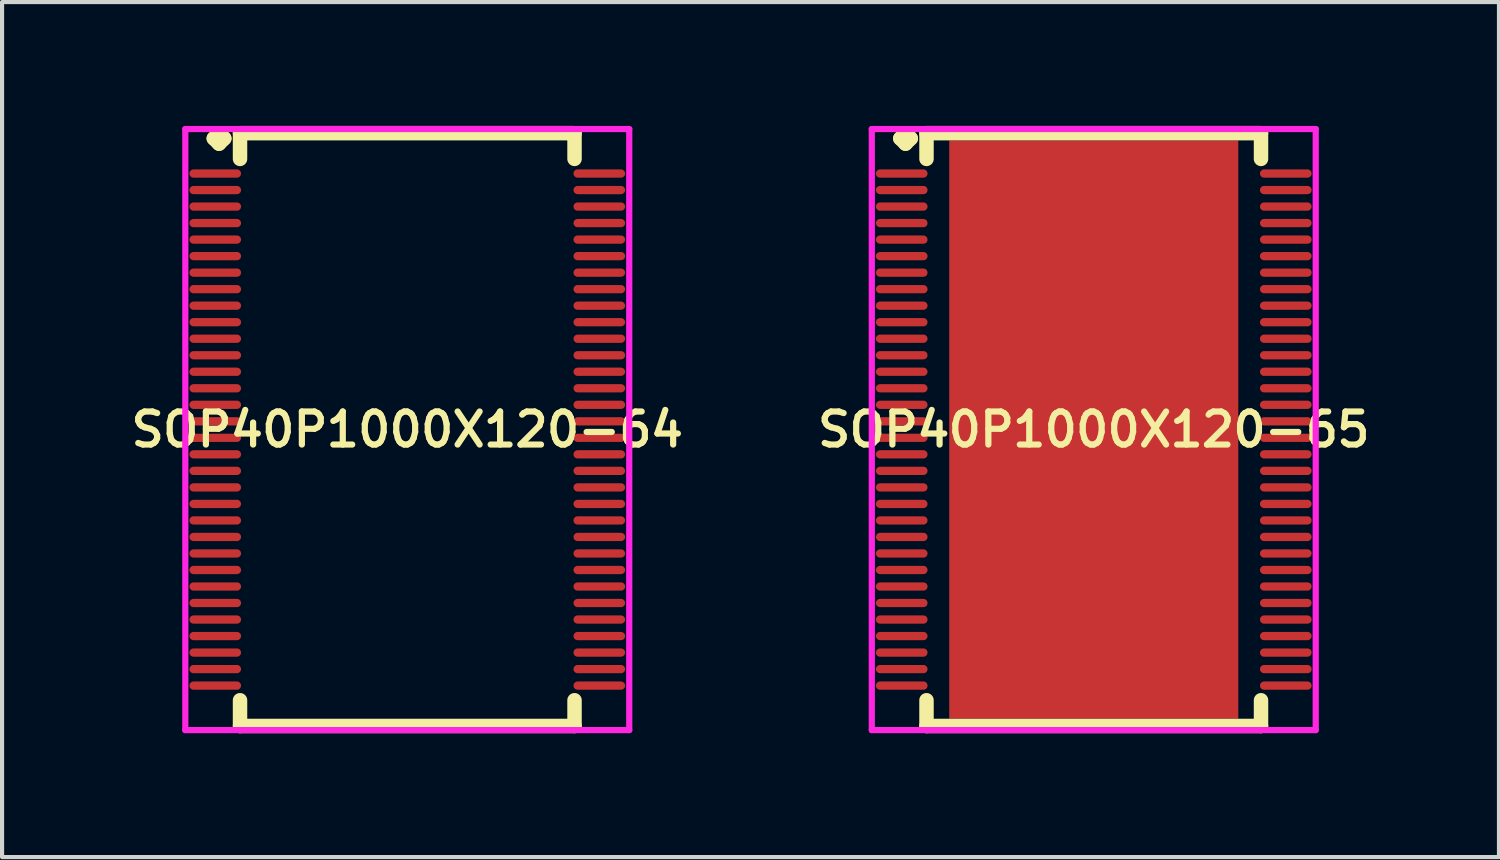
<source format=kicad_pcb>
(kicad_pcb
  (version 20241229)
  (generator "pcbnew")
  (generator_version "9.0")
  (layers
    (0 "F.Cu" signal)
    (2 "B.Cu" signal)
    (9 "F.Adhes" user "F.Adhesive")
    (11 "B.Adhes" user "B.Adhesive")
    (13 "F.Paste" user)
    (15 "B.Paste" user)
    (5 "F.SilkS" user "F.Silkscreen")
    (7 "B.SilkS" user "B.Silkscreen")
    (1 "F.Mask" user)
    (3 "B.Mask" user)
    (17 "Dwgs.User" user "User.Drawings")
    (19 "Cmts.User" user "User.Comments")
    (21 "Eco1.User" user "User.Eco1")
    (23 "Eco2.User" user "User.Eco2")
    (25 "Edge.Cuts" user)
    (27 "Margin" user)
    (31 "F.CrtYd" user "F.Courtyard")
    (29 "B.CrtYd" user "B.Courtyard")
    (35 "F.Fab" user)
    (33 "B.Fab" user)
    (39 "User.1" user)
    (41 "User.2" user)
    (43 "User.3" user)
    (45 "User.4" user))
  (footprint "SOP40P1000X120-64"
    (layer "F.Cu")
    (at 6.812 7.352)
    (property "Reference" "SOP40P1000X120-64" (at 0 0 0) (layer "F.SilkS") (effects (font (size 0.8 0.8) (thickness 0.15))))
    (attr through_hole)
    (fp_line (start -4.685 -7.05) (end -4.558 -7.177) (stroke (width 0.35) (type solid)) (layer "F.SilkS"))
    (fp_line (start -4.558 -7.177) (end -4.431 -7.05) (stroke (width 0.35) (type solid)) (layer "F.SilkS"))
    (fp_line (start -4.558 -6.923) (end -4.685 -7.05) (stroke (width 0.35) (type solid)) (layer "F.SilkS"))
    (fp_line (start -4.431 -7.05) (end -4.558 -6.923) (stroke (width 0.35) (type solid)) (layer "F.SilkS"))
    (fp_line (start -4.05 -7.177) (end 4.05 -7.177) (stroke (width 0.35) (type solid)) (layer "F.SilkS"))
    (fp_line (start -4.05 -6.554) (end -4.05 -7.177) (stroke (width 0.35) (type solid)) (layer "F.SilkS"))
    (fp_line (start -4.05 6.554) (end -4.05 7.177) (stroke (width 0.35) (type solid)) (layer "F.SilkS"))
    (fp_line (start -4.05 7.177) (end 4.05 7.177) (stroke (width 0.35) (type solid)) (layer "F.SilkS"))
    (fp_line (start 4.05 -7.177) (end 4.05 -6.554) (stroke (width 0.35) (type solid)) (layer "F.SilkS"))
    (fp_line (start 4.05 7.177) (end 4.05 6.554) (stroke (width 0.35) (type solid)) (layer "F.SilkS"))
    (fp_line (start -5.375 -7.277) (end 5.375 -7.277) (stroke (width 0.15) (type solid)) (layer "F.CrtYd"))
    (fp_line (start -5.375 7.277) (end -5.375 -7.277) (stroke (width 0.15) (type solid)) (layer "F.CrtYd"))
    (fp_line (start 5.375 -7.277) (end 5.375 7.277) (stroke (width 0.15) (type solid)) (layer "F.CrtYd"))
    (fp_line (start 5.375 7.277) (end -5.375 7.277) (stroke (width 0.15) (type solid)) (layer "F.CrtYd"))
    (pad "1" smd oval (at -4.65 -6.2) (size 1.25 0.2) (layers "F.Cu" "F.Mask" "F.Paste"))
    (pad "2" smd oval (at -4.65 -5.8) (size 1.25 0.2) (layers "F.Cu" "F.Mask" "F.Paste"))
    (pad "3" smd oval (at -4.65 -5.4) (size 1.25 0.2) (layers "F.Cu" "F.Mask" "F.Paste"))
    (pad "4" smd oval (at -4.65 -5) (size 1.25 0.2) (layers "F.Cu" "F.Mask" "F.Paste"))
    (pad "5" smd oval (at -4.65 -4.6) (size 1.25 0.2) (layers "F.Cu" "F.Mask" "F.Paste"))
    (pad "6" smd oval (at -4.65 -4.2) (size 1.25 0.2) (layers "F.Cu" "F.Mask" "F.Paste"))
    (pad "7" smd oval (at -4.65 -3.8) (size 1.25 0.2) (layers "F.Cu" "F.Mask" "F.Paste"))
    (pad "8" smd oval (at -4.65 -3.4) (size 1.25 0.2) (layers "F.Cu" "F.Mask" "F.Paste"))
    (pad "9" smd oval (at -4.65 -3) (size 1.25 0.2) (layers "F.Cu" "F.Mask" "F.Paste"))
    (pad "10" smd oval (at -4.65 -2.6) (size 1.25 0.2) (layers "F.Cu" "F.Mask" "F.Paste"))
    (pad "11" smd oval (at -4.65 -2.2) (size 1.25 0.2) (layers "F.Cu" "F.Mask" "F.Paste"))
    (pad "12" smd oval (at -4.65 -1.8) (size 1.25 0.2) (layers "F.Cu" "F.Mask" "F.Paste"))
    (pad "13" smd oval (at -4.65 -1.4) (size 1.25 0.2) (layers "F.Cu" "F.Mask" "F.Paste"))
    (pad "14" smd oval (at -4.65 -1) (size 1.25 0.2) (layers "F.Cu" "F.Mask" "F.Paste"))
    (pad "15" smd oval (at -4.65 -0.6) (size 1.25 0.2) (layers "F.Cu" "F.Mask" "F.Paste"))
    (pad "16" smd oval (at -4.65 -0.2) (size 1.25 0.2) (layers "F.Cu" "F.Mask" "F.Paste"))
    (pad "17" smd oval (at -4.65 0.2) (size 1.25 0.2) (layers "F.Cu" "F.Mask" "F.Paste"))
    (pad "18" smd oval (at -4.65 0.6) (size 1.25 0.2) (layers "F.Cu" "F.Mask" "F.Paste"))
    (pad "19" smd oval (at -4.65 1) (size 1.25 0.2) (layers "F.Cu" "F.Mask" "F.Paste"))
    (pad "20" smd oval (at -4.65 1.4) (size 1.25 0.2) (layers "F.Cu" "F.Mask" "F.Paste"))
    (pad "21" smd oval (at -4.65 1.8) (size 1.25 0.2) (layers "F.Cu" "F.Mask" "F.Paste"))
    (pad "22" smd oval (at -4.65 2.2) (size 1.25 0.2) (layers "F.Cu" "F.Mask" "F.Paste"))
    (pad "23" smd oval (at -4.65 2.6) (size 1.25 0.2) (layers "F.Cu" "F.Mask" "F.Paste"))
    (pad "24" smd oval (at -4.65 3) (size 1.25 0.2) (layers "F.Cu" "F.Mask" "F.Paste"))
    (pad "25" smd oval (at -4.65 3.4) (size 1.25 0.2) (layers "F.Cu" "F.Mask" "F.Paste"))
    (pad "26" smd oval (at -4.65 3.8) (size 1.25 0.2) (layers "F.Cu" "F.Mask" "F.Paste"))
    (pad "27" smd oval (at -4.65 4.2) (size 1.25 0.2) (layers "F.Cu" "F.Mask" "F.Paste"))
    (pad "28" smd oval (at -4.65 4.6) (size 1.25 0.2) (layers "F.Cu" "F.Mask" "F.Paste"))
    (pad "29" smd oval (at -4.65 5) (size 1.25 0.2) (layers "F.Cu" "F.Mask" "F.Paste"))
    (pad "30" smd oval (at -4.65 5.4) (size 1.25 0.2) (layers "F.Cu" "F.Mask" "F.Paste"))
    (pad "31" smd oval (at -4.65 5.8) (size 1.25 0.2) (layers "F.Cu" "F.Mask" "F.Paste"))
    (pad "32" smd oval (at -4.65 6.2) (size 1.25 0.2) (layers "F.Cu" "F.Mask" "F.Paste"))
    (pad "33" smd oval (at 4.65 6.2) (size 1.25 0.2) (layers "F.Cu" "F.Mask" "F.Paste"))
    (pad "34" smd oval (at 4.65 5.8) (size 1.25 0.2) (layers "F.Cu" "F.Mask" "F.Paste"))
    (pad "35" smd oval (at 4.65 5.4) (size 1.25 0.2) (layers "F.Cu" "F.Mask" "F.Paste"))
    (pad "36" smd oval (at 4.65 5) (size 1.25 0.2) (layers "F.Cu" "F.Mask" "F.Paste"))
    (pad "37" smd oval (at 4.65 4.6) (size 1.25 0.2) (layers "F.Cu" "F.Mask" "F.Paste"))
    (pad "38" smd oval (at 4.65 4.2) (size 1.25 0.2) (layers "F.Cu" "F.Mask" "F.Paste"))
    (pad "39" smd oval (at 4.65 3.8) (size 1.25 0.2) (layers "F.Cu" "F.Mask" "F.Paste"))
    (pad "40" smd oval (at 4.65 3.4) (size 1.25 0.2) (layers "F.Cu" "F.Mask" "F.Paste"))
    (pad "41" smd oval (at 4.65 3) (size 1.25 0.2) (layers "F.Cu" "F.Mask" "F.Paste"))
    (pad "42" smd oval (at 4.65 2.6) (size 1.25 0.2) (layers "F.Cu" "F.Mask" "F.Paste"))
    (pad "43" smd oval (at 4.65 2.2) (size 1.25 0.2) (layers "F.Cu" "F.Mask" "F.Paste"))
    (pad "44" smd oval (at 4.65 1.8) (size 1.25 0.2) (layers "F.Cu" "F.Mask" "F.Paste"))
    (pad "45" smd oval (at 4.65 1.4) (size 1.25 0.2) (layers "F.Cu" "F.Mask" "F.Paste"))
    (pad "46" smd oval (at 4.65 1) (size 1.25 0.2) (layers "F.Cu" "F.Mask" "F.Paste"))
    (pad "47" smd oval (at 4.65 0.6) (size 1.25 0.2) (layers "F.Cu" "F.Mask" "F.Paste"))
    (pad "48" smd oval (at 4.65 0.2) (size 1.25 0.2) (layers "F.Cu" "F.Mask" "F.Paste"))
    (pad "49" smd oval (at 4.65 -0.2) (size 1.25 0.2) (layers "F.Cu" "F.Mask" "F.Paste"))
    (pad "50" smd oval (at 4.65 -0.6) (size 1.25 0.2) (layers "F.Cu" "F.Mask" "F.Paste"))
    (pad "51" smd oval (at 4.65 -1) (size 1.25 0.2) (layers "F.Cu" "F.Mask" "F.Paste"))
    (pad "52" smd oval (at 4.65 -1.4) (size 1.25 0.2) (layers "F.Cu" "F.Mask" "F.Paste"))
    (pad "53" smd oval (at 4.65 -1.8) (size 1.25 0.2) (layers "F.Cu" "F.Mask" "F.Paste"))
    (pad "54" smd oval (at 4.65 -2.2) (size 1.25 0.2) (layers "F.Cu" "F.Mask" "F.Paste"))
    (pad "55" smd oval (at 4.65 -2.6) (size 1.25 0.2) (layers "F.Cu" "F.Mask" "F.Paste"))
    (pad "56" smd oval (at 4.65 -3) (size 1.25 0.2) (layers "F.Cu" "F.Mask" "F.Paste"))
    (pad "57" smd oval (at 4.65 -3.4) (size 1.25 0.2) (layers "F.Cu" "F.Mask" "F.Paste"))
    (pad "58" smd oval (at 4.65 -3.8) (size 1.25 0.2) (layers "F.Cu" "F.Mask" "F.Paste"))
    (pad "59" smd oval (at 4.65 -4.2) (size 1.25 0.2) (layers "F.Cu" "F.Mask" "F.Paste"))
    (pad "60" smd oval (at 4.65 -4.6) (size 1.25 0.2) (layers "F.Cu" "F.Mask" "F.Paste"))
    (pad "61" smd oval (at 4.65 -5) (size 1.25 0.2) (layers "F.Cu" "F.Mask" "F.Paste"))
    (pad "62" smd oval (at 4.65 -5.4) (size 1.25 0.2) (layers "F.Cu" "F.Mask" "F.Paste"))
    (pad "63" smd oval (at 4.65 -5.8) (size 1.25 0.2) (layers "F.Cu" "F.Mask" "F.Paste"))
    (pad "64" smd oval (at 4.65 -6.2) (size 1.25 0.2) (layers "F.Cu" "F.Mask" "F.Paste")))
  (footprint "SOP40P1000X120-65"
    (layer "F.Cu")
    (at 23.435 7.352)
    (property "Reference" "SOP40P1000X120-65" (at 0 0 0) (layer "F.SilkS") (effects (font (size 0.8 0.8) (thickness 0.15))))
    (attr smd)
    (fp_line (start -4.685 -7.05) (end -4.558 -7.177) (stroke (width 0.35) (type solid)) (layer "F.SilkS"))
    (fp_line (start -4.558 -7.177) (end -4.431 -7.05) (stroke (width 0.35) (type solid)) (layer "F.SilkS"))
    (fp_line (start -4.558 -6.923) (end -4.685 -7.05) (stroke (width 0.35) (type solid)) (layer "F.SilkS"))
    (fp_line (start -4.431 -7.05) (end -4.558 -6.923) (stroke (width 0.35) (type solid)) (layer "F.SilkS"))
    (fp_line (start -4.05 -7.177) (end 4.05 -7.177) (stroke (width 0.35) (type solid)) (layer "F.SilkS"))
    (fp_line (start -4.05 -6.554) (end -4.05 -7.177) (stroke (width 0.35) (type solid)) (layer "F.SilkS"))
    (fp_line (start -4.05 6.554) (end -4.05 7.177) (stroke (width 0.35) (type solid)) (layer "F.SilkS"))
    (fp_line (start -4.05 7.177) (end 4.05 7.177) (stroke (width 0.35) (type solid)) (layer "F.SilkS"))
    (fp_line (start 4.05 -7.177) (end 4.05 -6.554) (stroke (width 0.35) (type solid)) (layer "F.SilkS"))
    (fp_line (start 4.05 7.177) (end 4.05 6.554) (stroke (width 0.35) (type solid)) (layer "F.SilkS"))
    (fp_line (start -5.375 -7.277) (end 5.375 -7.277) (stroke (width 0.15) (type solid)) (layer "F.CrtYd"))
    (fp_line (start -5.375 7.277) (end -5.375 -7.277) (stroke (width 0.15) (type solid)) (layer "F.CrtYd"))
    (fp_line (start 5.375 -7.277) (end 5.375 7.277) (stroke (width 0.15) (type solid)) (layer "F.CrtYd"))
    (fp_line (start 5.375 7.277) (end -5.375 7.277) (stroke (width 0.15) (type solid)) (layer "F.CrtYd"))
    (pad "1" smd oval (at -4.65 -6.2) (size 1.25 0.2) (layers "F.Cu" "F.Mask" "F.Paste"))
    (pad "2" smd oval (at -4.65 -5.8) (size 1.25 0.2) (layers "F.Cu" "F.Mask" "F.Paste"))
    (pad "3" smd oval (at -4.65 -5.4) (size 1.25 0.2) (layers "F.Cu" "F.Mask" "F.Paste"))
    (pad "4" smd oval (at -4.65 -5) (size 1.25 0.2) (layers "F.Cu" "F.Mask" "F.Paste"))
    (pad "5" smd oval (at -4.65 -4.6) (size 1.25 0.2) (layers "F.Cu" "F.Mask" "F.Paste"))
    (pad "6" smd oval (at -4.65 -4.2) (size 1.25 0.2) (layers "F.Cu" "F.Mask" "F.Paste"))
    (pad "7" smd oval (at -4.65 -3.8) (size 1.25 0.2) (layers "F.Cu" "F.Mask" "F.Paste"))
    (pad "8" smd oval (at -4.65 -3.4) (size 1.25 0.2) (layers "F.Cu" "F.Mask" "F.Paste"))
    (pad "9" smd oval (at -4.65 -3) (size 1.25 0.2) (layers "F.Cu" "F.Mask" "F.Paste"))
    (pad "10" smd oval (at -4.65 -2.6) (size 1.25 0.2) (layers "F.Cu" "F.Mask" "F.Paste"))
    (pad "11" smd oval (at -4.65 -2.2) (size 1.25 0.2) (layers "F.Cu" "F.Mask" "F.Paste"))
    (pad "12" smd oval (at -4.65 -1.8) (size 1.25 0.2) (layers "F.Cu" "F.Mask" "F.Paste"))
    (pad "13" smd oval (at -4.65 -1.4) (size 1.25 0.2) (layers "F.Cu" "F.Mask" "F.Paste"))
    (pad "14" smd oval (at -4.65 -1) (size 1.25 0.2) (layers "F.Cu" "F.Mask" "F.Paste"))
    (pad "15" smd oval (at -4.65 -0.6) (size 1.25 0.2) (layers "F.Cu" "F.Mask" "F.Paste"))
    (pad "16" smd oval (at -4.65 -0.2) (size 1.25 0.2) (layers "F.Cu" "F.Mask" "F.Paste"))
    (pad "17" smd oval (at -4.65 0.2) (size 1.25 0.2) (layers "F.Cu" "F.Mask" "F.Paste"))
    (pad "18" smd oval (at -4.65 0.6) (size 1.25 0.2) (layers "F.Cu" "F.Mask" "F.Paste"))
    (pad "19" smd oval (at -4.65 1) (size 1.25 0.2) (layers "F.Cu" "F.Mask" "F.Paste"))
    (pad "20" smd oval (at -4.65 1.4) (size 1.25 0.2) (layers "F.Cu" "F.Mask" "F.Paste"))
    (pad "21" smd oval (at -4.65 1.8) (size 1.25 0.2) (layers "F.Cu" "F.Mask" "F.Paste"))
    (pad "22" smd oval (at -4.65 2.2) (size 1.25 0.2) (layers "F.Cu" "F.Mask" "F.Paste"))
    (pad "23" smd oval (at -4.65 2.6) (size 1.25 0.2) (layers "F.Cu" "F.Mask" "F.Paste"))
    (pad "24" smd oval (at -4.65 3) (size 1.25 0.2) (layers "F.Cu" "F.Mask" "F.Paste"))
    (pad "25" smd oval (at -4.65 3.4) (size 1.25 0.2) (layers "F.Cu" "F.Mask" "F.Paste"))
    (pad "26" smd oval (at -4.65 3.8) (size 1.25 0.2) (layers "F.Cu" "F.Mask" "F.Paste"))
    (pad "27" smd oval (at -4.65 4.2) (size 1.25 0.2) (layers "F.Cu" "F.Mask" "F.Paste"))
    (pad "28" smd oval (at -4.65 4.6) (size 1.25 0.2) (layers "F.Cu" "F.Mask" "F.Paste"))
    (pad "29" smd oval (at -4.65 5) (size 1.25 0.2) (layers "F.Cu" "F.Mask" "F.Paste"))
    (pad "30" smd oval (at -4.65 5.4) (size 1.25 0.2) (layers "F.Cu" "F.Mask" "F.Paste"))
    (pad "31" smd oval (at -4.65 5.8) (size 1.25 0.2) (layers "F.Cu" "F.Mask" "F.Paste"))
    (pad "32" smd oval (at -4.65 6.2) (size 1.25 0.2) (layers "F.Cu" "F.Mask" "F.Paste"))
    (pad "33" smd oval (at 4.65 6.2) (size 1.25 0.2) (layers "F.Cu" "F.Mask" "F.Paste"))
    (pad "34" smd oval (at 4.65 5.8) (size 1.25 0.2) (layers "F.Cu" "F.Mask" "F.Paste"))
    (pad "35" smd oval (at 4.65 5.4) (size 1.25 0.2) (layers "F.Cu" "F.Mask" "F.Paste"))
    (pad "36" smd oval (at 4.65 5) (size 1.25 0.2) (layers "F.Cu" "F.Mask" "F.Paste"))
    (pad "37" smd oval (at 4.65 4.6) (size 1.25 0.2) (layers "F.Cu" "F.Mask" "F.Paste"))
    (pad "38" smd oval (at 4.65 4.2) (size 1.25 0.2) (layers "F.Cu" "F.Mask" "F.Paste"))
    (pad "39" smd oval (at 4.65 3.8) (size 1.25 0.2) (layers "F.Cu" "F.Mask" "F.Paste"))
    (pad "40" smd oval (at 4.65 3.4) (size 1.25 0.2) (layers "F.Cu" "F.Mask" "F.Paste"))
    (pad "41" smd oval (at 4.65 3) (size 1.25 0.2) (layers "F.Cu" "F.Mask" "F.Paste"))
    (pad "42" smd oval (at 4.65 2.6) (size 1.25 0.2) (layers "F.Cu" "F.Mask" "F.Paste"))
    (pad "43" smd oval (at 4.65 2.2) (size 1.25 0.2) (layers "F.Cu" "F.Mask" "F.Paste"))
    (pad "44" smd oval (at 4.65 1.8) (size 1.25 0.2) (layers "F.Cu" "F.Mask" "F.Paste"))
    (pad "45" smd oval (at 4.65 1.4) (size 1.25 0.2) (layers "F.Cu" "F.Mask" "F.Paste"))
    (pad "46" smd oval (at 4.65 1) (size 1.25 0.2) (layers "F.Cu" "F.Mask" "F.Paste"))
    (pad "47" smd oval (at 4.65 0.6) (size 1.25 0.2) (layers "F.Cu" "F.Mask" "F.Paste"))
    (pad "48" smd oval (at 4.65 0.2) (size 1.25 0.2) (layers "F.Cu" "F.Mask" "F.Paste"))
    (pad "49" smd oval (at 4.65 -0.2) (size 1.25 0.2) (layers "F.Cu" "F.Mask" "F.Paste"))
    (pad "50" smd oval (at 4.65 -0.6) (size 1.25 0.2) (layers "F.Cu" "F.Mask" "F.Paste"))
    (pad "51" smd oval (at 4.65 -1) (size 1.25 0.2) (layers "F.Cu" "F.Mask" "F.Paste"))
    (pad "52" smd oval (at 4.65 -1.4) (size 1.25 0.2) (layers "F.Cu" "F.Mask" "F.Paste"))
    (pad "53" smd oval (at 4.65 -1.8) (size 1.25 0.2) (layers "F.Cu" "F.Mask" "F.Paste"))
    (pad "54" smd oval (at 4.65 -2.2) (size 1.25 0.2) (layers "F.Cu" "F.Mask" "F.Paste"))
    (pad "55" smd oval (at 4.65 -2.6) (size 1.25 0.2) (layers "F.Cu" "F.Mask" "F.Paste"))
    (pad "56" smd oval (at 4.65 -3) (size 1.25 0.2) (layers "F.Cu" "F.Mask" "F.Paste"))
    (pad "57" smd oval (at 4.65 -3.4) (size 1.25 0.2) (layers "F.Cu" "F.Mask" "F.Paste"))
    (pad "58" smd oval (at 4.65 -3.8) (size 1.25 0.2) (layers "F.Cu" "F.Mask" "F.Paste"))
    (pad "59" smd oval (at 4.65 -4.2) (size 1.25 0.2) (layers "F.Cu" "F.Mask" "F.Paste"))
    (pad "60" smd oval (at 4.65 -4.6) (size 1.25 0.2) (layers "F.Cu" "F.Mask" "F.Paste"))
    (pad "61" smd oval (at 4.65 -5) (size 1.25 0.2) (layers "F.Cu" "F.Mask" "F.Paste"))
    (pad "62" smd oval (at 4.65 -5.4) (size 1.25 0.2) (layers "F.Cu" "F.Mask" "F.Paste"))
    (pad "63" smd oval (at 4.65 -5.8) (size 1.25 0.2) (layers "F.Cu" "F.Mask" "F.Paste"))
    (pad "64" smd oval (at 4.65 -6.2) (size 1.25 0.2) (layers "F.Cu" "F.Mask" "F.Paste"))
    (pad "65" smd rect (at 0 0) (size 7 14) (layers "F.Cu" "F.Mask" "F.Paste")))
  (gr_rect
    (start -3 -3)
    (end 33.247 17.704)
    (stroke (width 0.1) (type default))
    (fill no)
    (layer "Edge.Cuts")))
</source>
